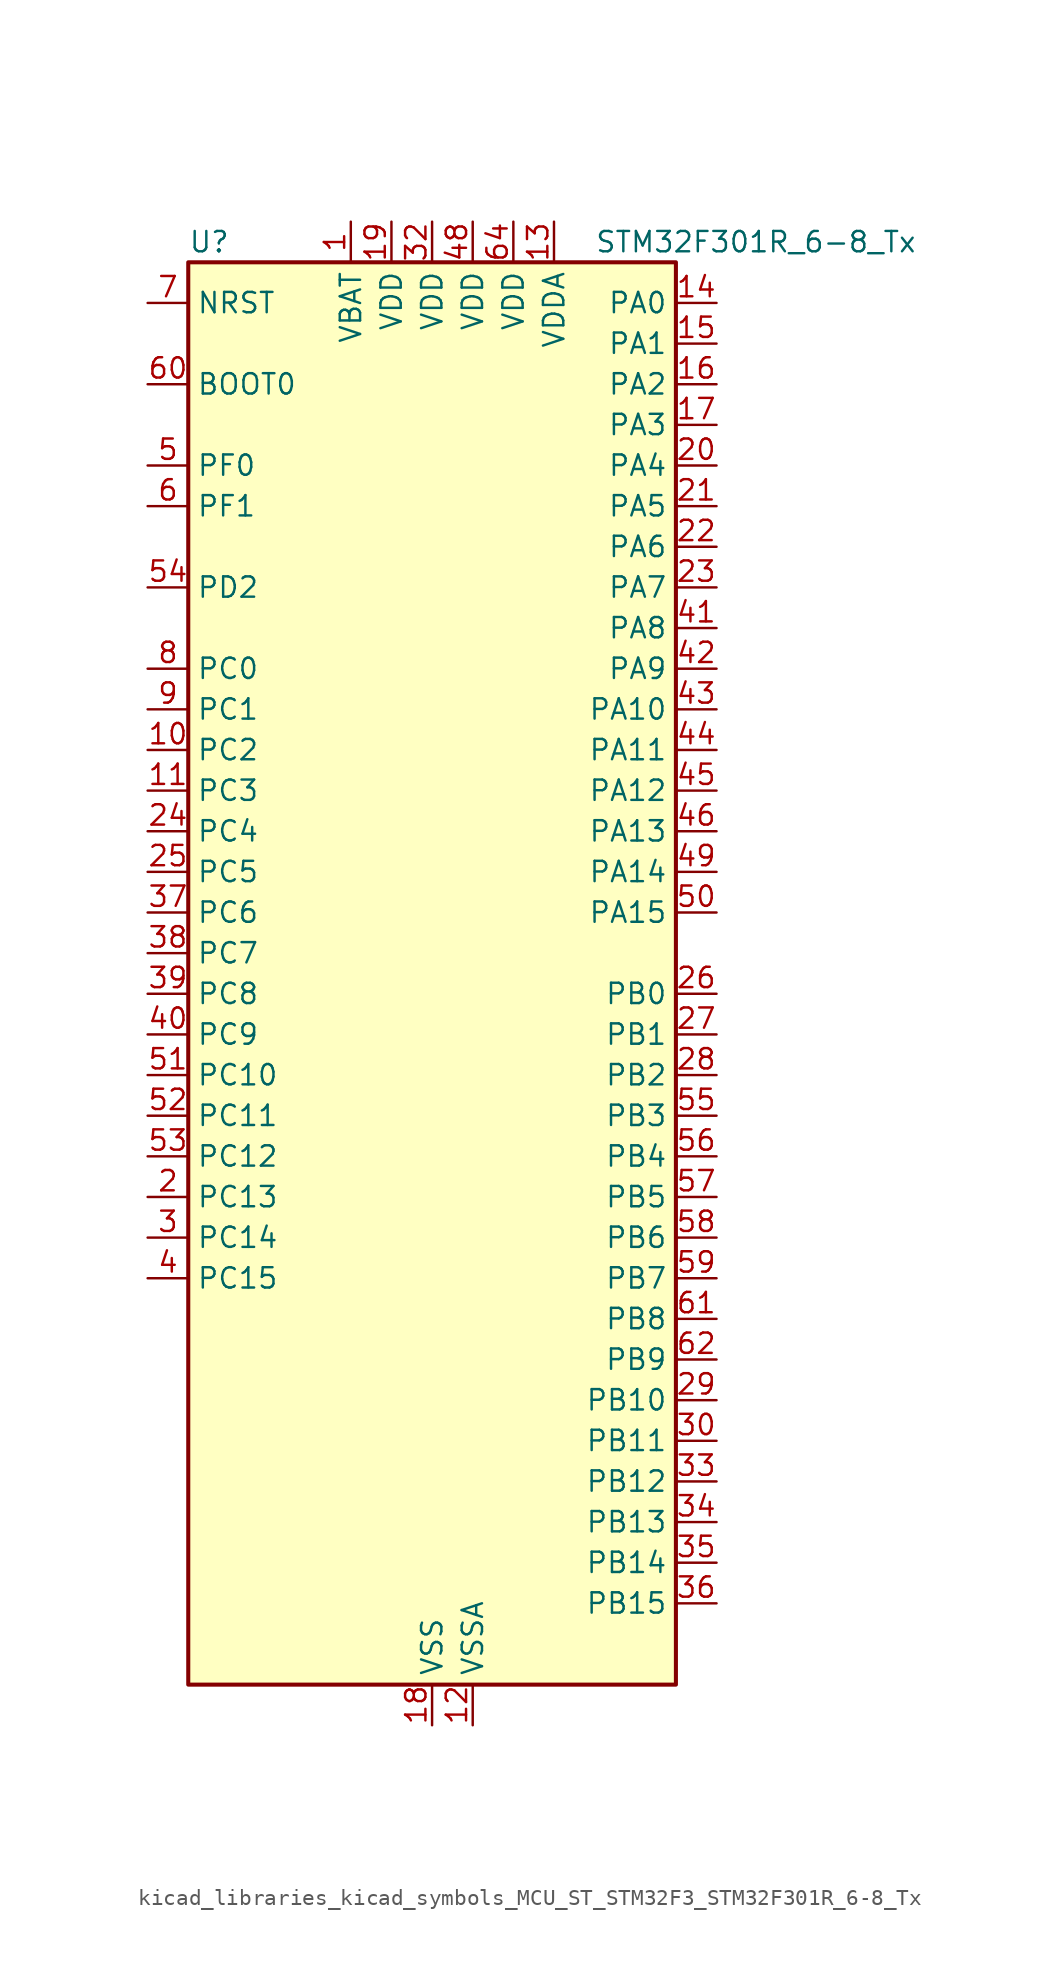
<source format=kicad_sym>
(kicad_symbol_lib
  (version 20220914)
  (generator kicad_symbol_editor)
  (symbol "kicad_libraries_kicad_symbols_MCU_ST_STM32F3_STM32F301R_6-8_Tx"
    (property "Reference" "U"
      (at -15.24 46.99 0)
      (effects (font (size 1.27 1.27)) (justify left)))
    (property "Value" "STM32F301R_6-8_Tx"
      (at 10.16 46.99 0)
      (effects (font (size 1.27 1.27)) (justify left)))
    (property "ki_locked" ""
      (at 0 0 0)
      (effects (font (size 1.27 1.27))))
    (symbol "kicad_libraries_kicad_symbols_MCU_ST_STM32F3_STM32F301R_6-8_Tx_0_1"
      (rectangle (start -15.24 -43.18) (end 15.24 45.72) (stroke (width 0.254) (type default)) (fill (type background))))
    (symbol "kicad_libraries_kicad_symbols_MCU_ST_STM32F3_STM32F301R_6-8_Tx_1_1"
      (pin power_in line (at -5.08 48.26 270) (length 2.54) (name "VBAT" (effects (font (size 1.27 1.27)))) (number "1" (effects (font (size 1.27 1.27)))))
      (pin bidirectional line (at -17.78 15.24 0) (length 2.54) (name "PC2" (effects (font (size 1.27 1.27)))) (number "10" (effects (font (size 1.27 1.27)))) (alternate "ADC1_IN8" bidirectional line) (alternate "TIM1_CH3" bidirectional line))
      (pin bidirectional line (at -17.78 12.7 0) (length 2.54) (name "PC3" (effects (font (size 1.27 1.27)))) (number "11" (effects (font (size 1.27 1.27)))) (alternate "ADC1_IN9" bidirectional line) (alternate "TIM1_BKIN2" bidirectional line) (alternate "TIM1_CH4" bidirectional line))
      (pin power_in line (at 2.54 -45.72 90) (length 2.54) (name "VSSA" (effects (font (size 1.27 1.27)))) (number "12" (effects (font (size 1.27 1.27)))))
      (pin power_in line (at 7.62 48.26 270) (length 2.54) (name "VDDA" (effects (font (size 1.27 1.27)))) (number "13" (effects (font (size 1.27 1.27)))))
      (pin bidirectional line (at 17.78 43.18 180) (length 2.54) (name "PA0" (effects (font (size 1.27 1.27)))) (number "14" (effects (font (size 1.27 1.27)))) (alternate "ADC1_IN1" bidirectional line) (alternate "RTC_TAMP2" bidirectional line) (alternate "SYS_WKUP1" bidirectional line) (alternate "TIM2_CH1" bidirectional line) (alternate "TIM2_ETR" bidirectional line) (alternate "TSC_G1_IO1" bidirectional line) (alternate "USART2_CTS" bidirectional line))
      (pin bidirectional line (at 17.78 40.64 180) (length 2.54) (name "PA1" (effects (font (size 1.27 1.27)))) (number "15" (effects (font (size 1.27 1.27)))) (alternate "ADC1_IN2" bidirectional line) (alternate "RTC_REFIN" bidirectional line) (alternate "TIM15_CH1N" bidirectional line) (alternate "TIM2_CH2" bidirectional line) (alternate "TSC_G1_IO2" bidirectional line) (alternate "USART2_DE" bidirectional line) (alternate "USART2_RTS" bidirectional line))
      (pin bidirectional line (at 17.78 38.1 180) (length 2.54) (name "PA2" (effects (font (size 1.27 1.27)))) (number "16" (effects (font (size 1.27 1.27)))) (alternate "ADC1_IN3" bidirectional line) (alternate "COMP2_INM" bidirectional line) (alternate "COMP2_OUT" bidirectional line) (alternate "TIM15_CH1" bidirectional line) (alternate "TIM2_CH3" bidirectional line) (alternate "TSC_G1_IO3" bidirectional line) (alternate "USART2_TX" bidirectional line))
      (pin bidirectional line (at 17.78 35.56 180) (length 2.54) (name "PA3" (effects (font (size 1.27 1.27)))) (number "17" (effects (font (size 1.27 1.27)))) (alternate "ADC1_IN4" bidirectional line) (alternate "TIM15_CH2" bidirectional line) (alternate "TIM2_CH4" bidirectional line) (alternate "TSC_G1_IO4" bidirectional line) (alternate "USART2_RX" bidirectional line))
      (pin power_in line (at 0 -45.72 90) (length 2.54) (name "VSS" (effects (font (size 1.27 1.27)))) (number "18" (effects (font (size 1.27 1.27)))))
      (pin power_in line (at -2.54 48.26 270) (length 2.54) (name "VDD" (effects (font (size 1.27 1.27)))) (number "19" (effects (font (size 1.27 1.27)))))
      (pin bidirectional line (at -17.78 -12.7 0) (length 2.54) (name "PC13" (effects (font (size 1.27 1.27)))) (number "2" (effects (font (size 1.27 1.27)))) (alternate "RTC_OUT_ALARM" bidirectional line) (alternate "RTC_OUT_CALIB" bidirectional line) (alternate "RTC_TAMP1" bidirectional line) (alternate "RTC_TS" bidirectional line) (alternate "SYS_WKUP2" bidirectional line) (alternate "TIM1_CH1N" bidirectional line))
      (pin bidirectional line (at 17.78 33.02 180) (length 2.54) (name "PA4" (effects (font (size 1.27 1.27)))) (number "20" (effects (font (size 1.27 1.27)))) (alternate "ADC1_IN5" bidirectional line) (alternate "COMP2_INM" bidirectional line) (alternate "COMP4_INM" bidirectional line) (alternate "COMP6_INM" bidirectional line) (alternate "DAC_OUT1" bidirectional line) (alternate "I2S3_WS" bidirectional line) (alternate "SPI3_NSS" bidirectional line) (alternate "TSC_G2_IO1" bidirectional line) (alternate "USART2_CK" bidirectional line))
      (pin bidirectional line (at 17.78 30.48 180) (length 2.54) (name "PA5" (effects (font (size 1.27 1.27)))) (number "21" (effects (font (size 1.27 1.27)))) (alternate "OPAMP2_VINM" bidirectional line) (alternate "OPAMP2_VINM_SEC" bidirectional line) (alternate "TIM2_CH1" bidirectional line) (alternate "TIM2_ETR" bidirectional line) (alternate "TSC_G2_IO2" bidirectional line))
      (pin bidirectional line (at 17.78 27.94 180) (length 2.54) (name "PA6" (effects (font (size 1.27 1.27)))) (number "22" (effects (font (size 1.27 1.27)))) (alternate "ADC1_IN10" bidirectional line) (alternate "OPAMP2_VOUT" bidirectional line) (alternate "TIM16_CH1" bidirectional line) (alternate "TIM1_BKIN" bidirectional line) (alternate "TSC_G2_IO3" bidirectional line))
      (pin bidirectional line (at 17.78 25.4 180) (length 2.54) (name "PA7" (effects (font (size 1.27 1.27)))) (number "23" (effects (font (size 1.27 1.27)))) (alternate "ADC1_IN15" bidirectional line) (alternate "COMP2_INP" bidirectional line) (alternate "OPAMP2_VINP" bidirectional line) (alternate "OPAMP2_VINP_SEC" bidirectional line) (alternate "TIM17_CH1" bidirectional line) (alternate "TIM1_CH1N" bidirectional line) (alternate "TSC_G2_IO4" bidirectional line))
      (pin bidirectional line (at -17.78 10.16 0) (length 2.54) (name "PC4" (effects (font (size 1.27 1.27)))) (number "24" (effects (font (size 1.27 1.27)))) (alternate "TIM1_ETR" bidirectional line) (alternate "USART1_TX" bidirectional line))
      (pin bidirectional line (at -17.78 7.62 0) (length 2.54) (name "PC5" (effects (font (size 1.27 1.27)))) (number "25" (effects (font (size 1.27 1.27)))) (alternate "OPAMP2_VINM" bidirectional line) (alternate "OPAMP2_VINM_SEC" bidirectional line) (alternate "TIM15_BKIN" bidirectional line) (alternate "TSC_G3_IO1" bidirectional line) (alternate "USART1_RX" bidirectional line))
      (pin bidirectional line (at 17.78 0 180) (length 2.54) (name "PB0" (effects (font (size 1.27 1.27)))) (number "26" (effects (font (size 1.27 1.27)))) (alternate "ADC1_IN11" bidirectional line) (alternate "COMP4_INP" bidirectional line) (alternate "OPAMP2_VINP" bidirectional line) (alternate "OPAMP2_VINP_SEC" bidirectional line) (alternate "TIM1_CH2N" bidirectional line) (alternate "TSC_G3_IO2" bidirectional line))
      (pin bidirectional line (at 17.78 -2.54 180) (length 2.54) (name "PB1" (effects (font (size 1.27 1.27)))) (number "27" (effects (font (size 1.27 1.27)))) (alternate "ADC1_IN12" bidirectional line) (alternate "COMP4_OUT" bidirectional line) (alternate "TIM1_CH3N" bidirectional line) (alternate "TSC_G3_IO3" bidirectional line))
      (pin bidirectional line (at 17.78 -5.08 180) (length 2.54) (name "PB2" (effects (font (size 1.27 1.27)))) (number "28" (effects (font (size 1.27 1.27)))) (alternate "COMP4_INM" bidirectional line) (alternate "TSC_G3_IO4" bidirectional line))
      (pin bidirectional line (at 17.78 -25.4 180) (length 2.54) (name "PB10" (effects (font (size 1.27 1.27)))) (number "29" (effects (font (size 1.27 1.27)))) (alternate "TIM2_CH3" bidirectional line) (alternate "TSC_SYNC" bidirectional line) (alternate "USART3_TX" bidirectional line))
      (pin bidirectional line (at -17.78 -15.24 0) (length 2.54) (name "PC14" (effects (font (size 1.27 1.27)))) (number "3" (effects (font (size 1.27 1.27)))) (alternate "RCC_OSC32_IN" bidirectional line))
      (pin bidirectional line (at 17.78 -27.94 180) (length 2.54) (name "PB11" (effects (font (size 1.27 1.27)))) (number "30" (effects (font (size 1.27 1.27)))) (alternate "ADC1_EXTI11" bidirectional line) (alternate "ADC1_IN14" bidirectional line) (alternate "COMP6_INP" bidirectional line) (alternate "TIM2_CH4" bidirectional line) (alternate "TSC_G6_IO1" bidirectional line) (alternate "USART3_RX" bidirectional line))
      (pin passive line (at 0 -45.72 90) (length 2.54) hide (name "VSS" (effects (font (size 1.27 1.27)))) (number "31" (effects (font (size 1.27 1.27)))))
      (pin power_in line (at 0 48.26 270) (length 2.54) (name "VDD" (effects (font (size 1.27 1.27)))) (number "32" (effects (font (size 1.27 1.27)))))
      (pin bidirectional line (at 17.78 -30.48 180) (length 2.54) (name "PB12" (effects (font (size 1.27 1.27)))) (number "33" (effects (font (size 1.27 1.27)))) (alternate "I2C2_SMBA" bidirectional line) (alternate "I2S2_WS" bidirectional line) (alternate "SPI2_NSS" bidirectional line) (alternate "TIM1_BKIN" bidirectional line) (alternate "TSC_G6_IO2" bidirectional line) (alternate "USART3_CK" bidirectional line))
      (pin bidirectional line (at 17.78 -33.02 180) (length 2.54) (name "PB13" (effects (font (size 1.27 1.27)))) (number "34" (effects (font (size 1.27 1.27)))) (alternate "ADC1_IN13" bidirectional line) (alternate "I2S2_CK" bidirectional line) (alternate "SPI2_SCK" bidirectional line) (alternate "TIM1_CH1N" bidirectional line) (alternate "TSC_G6_IO3" bidirectional line) (alternate "USART3_CTS" bidirectional line))
      (pin bidirectional line (at 17.78 -35.56 180) (length 2.54) (name "PB14" (effects (font (size 1.27 1.27)))) (number "35" (effects (font (size 1.27 1.27)))) (alternate "I2S2_ext_SD" bidirectional line) (alternate "OPAMP2_VINP" bidirectional line) (alternate "OPAMP2_VINP_SEC" bidirectional line) (alternate "SPI2_MISO" bidirectional line) (alternate "TIM15_CH1" bidirectional line) (alternate "TIM1_CH2N" bidirectional line) (alternate "TSC_G6_IO4" bidirectional line) (alternate "USART3_DE" bidirectional line) (alternate "USART3_RTS" bidirectional line))
      (pin bidirectional line (at 17.78 -38.1 180) (length 2.54) (name "PB15" (effects (font (size 1.27 1.27)))) (number "36" (effects (font (size 1.27 1.27)))) (alternate "ADC1_EXTI15" bidirectional line) (alternate "COMP6_INM" bidirectional line) (alternate "I2S2_SD" bidirectional line) (alternate "RTC_REFIN" bidirectional line) (alternate "SPI2_MOSI" bidirectional line) (alternate "TIM15_CH1N" bidirectional line) (alternate "TIM15_CH2" bidirectional line) (alternate "TIM1_CH3N" bidirectional line))
      (pin bidirectional line (at -17.78 5.08 0) (length 2.54) (name "PC6" (effects (font (size 1.27 1.27)))) (number "37" (effects (font (size 1.27 1.27)))) (alternate "COMP6_OUT" bidirectional line) (alternate "I2S2_MCK" bidirectional line))
      (pin bidirectional line (at -17.78 2.54 0) (length 2.54) (name "PC7" (effects (font (size 1.27 1.27)))) (number "38" (effects (font (size 1.27 1.27)))) (alternate "I2S3_MCK" bidirectional line))
      (pin bidirectional line (at -17.78 0 0) (length 2.54) (name "PC8" (effects (font (size 1.27 1.27)))) (number "39" (effects (font (size 1.27 1.27)))))
      (pin bidirectional line (at -17.78 -17.78 0) (length 2.54) (name "PC15" (effects (font (size 1.27 1.27)))) (number "4" (effects (font (size 1.27 1.27)))) (alternate "ADC1_EXTI15" bidirectional line) (alternate "RCC_OSC32_OUT" bidirectional line))
      (pin bidirectional line (at -17.78 -2.54 0) (length 2.54) (name "PC9" (effects (font (size 1.27 1.27)))) (number "40" (effects (font (size 1.27 1.27)))) (alternate "DAC_EXTI9" bidirectional line) (alternate "I2C3_SDA" bidirectional line) (alternate "I2S_CKIN" bidirectional line))
      (pin bidirectional line (at 17.78 22.86 180) (length 2.54) (name "PA8" (effects (font (size 1.27 1.27)))) (number "41" (effects (font (size 1.27 1.27)))) (alternate "I2C2_SMBA" bidirectional line) (alternate "I2C3_SCL" bidirectional line) (alternate "I2S2_MCK" bidirectional line) (alternate "RCC_MCO" bidirectional line) (alternate "TIM1_CH1" bidirectional line) (alternate "USART1_CK" bidirectional line))
      (pin bidirectional line (at 17.78 20.32 180) (length 2.54) (name "PA9" (effects (font (size 1.27 1.27)))) (number "42" (effects (font (size 1.27 1.27)))) (alternate "DAC_EXTI9" bidirectional line) (alternate "I2C2_SCL" bidirectional line) (alternate "I2C3_SMBA" bidirectional line) (alternate "I2S3_MCK" bidirectional line) (alternate "TIM15_BKIN" bidirectional line) (alternate "TIM1_CH2" bidirectional line) (alternate "TIM2_CH3" bidirectional line) (alternate "TSC_G4_IO1" bidirectional line) (alternate "USART1_TX" bidirectional line))
      (pin bidirectional line (at 17.78 17.78 180) (length 2.54) (name "PA10" (effects (font (size 1.27 1.27)))) (number "43" (effects (font (size 1.27 1.27)))) (alternate "COMP6_OUT" bidirectional line) (alternate "I2C2_SDA" bidirectional line) (alternate "I2S2_ext_SD" bidirectional line) (alternate "SPI2_MISO" bidirectional line) (alternate "TIM17_BKIN" bidirectional line) (alternate "TIM1_CH3" bidirectional line) (alternate "TIM2_CH4" bidirectional line) (alternate "TSC_G4_IO2" bidirectional line) (alternate "USART1_RX" bidirectional line))
      (pin bidirectional line (at 17.78 15.24 180) (length 2.54) (name "PA11" (effects (font (size 1.27 1.27)))) (number "44" (effects (font (size 1.27 1.27)))) (alternate "ADC1_EXTI11" bidirectional line) (alternate "I2S2_SD" bidirectional line) (alternate "SPI2_MOSI" bidirectional line) (alternate "TIM1_BKIN2" bidirectional line) (alternate "TIM1_CH1N" bidirectional line) (alternate "TIM1_CH4" bidirectional line) (alternate "USART1_CTS" bidirectional line))
      (pin bidirectional line (at 17.78 12.7 180) (length 2.54) (name "PA12" (effects (font (size 1.27 1.27)))) (number "45" (effects (font (size 1.27 1.27)))) (alternate "COMP2_OUT" bidirectional line) (alternate "I2S_CKIN" bidirectional line) (alternate "TIM16_CH1" bidirectional line) (alternate "TIM1_CH2N" bidirectional line) (alternate "TIM1_ETR" bidirectional line) (alternate "USART1_DE" bidirectional line) (alternate "USART1_RTS" bidirectional line))
      (pin bidirectional line (at 17.78 10.16 180) (length 2.54) (name "PA13" (effects (font (size 1.27 1.27)))) (number "46" (effects (font (size 1.27 1.27)))) (alternate "IR_OUT" bidirectional line) (alternate "SYS_JTMS-SWDIO" bidirectional line) (alternate "TIM16_CH1N" bidirectional line) (alternate "TSC_G4_IO3" bidirectional line) (alternate "USART3_CTS" bidirectional line))
      (pin passive line (at 0 -45.72 90) (length 2.54) hide (name "VSS" (effects (font (size 1.27 1.27)))) (number "47" (effects (font (size 1.27 1.27)))))
      (pin power_in line (at 2.54 48.26 270) (length 2.54) (name "VDD" (effects (font (size 1.27 1.27)))) (number "48" (effects (font (size 1.27 1.27)))))
      (pin bidirectional line (at 17.78 7.62 180) (length 2.54) (name "PA14" (effects (font (size 1.27 1.27)))) (number "49" (effects (font (size 1.27 1.27)))) (alternate "I2C1_SDA" bidirectional line) (alternate "SYS_JTCK-SWCLK" bidirectional line) (alternate "TIM1_BKIN" bidirectional line) (alternate "TSC_G4_IO4" bidirectional line) (alternate "USART2_TX" bidirectional line))
      (pin bidirectional line (at -17.78 33.02 0) (length 2.54) (name "PF0" (effects (font (size 1.27 1.27)))) (number "5" (effects (font (size 1.27 1.27)))) (alternate "I2C2_SDA" bidirectional line) (alternate "I2S2_WS" bidirectional line) (alternate "RCC_OSC_IN" bidirectional line) (alternate "SPI2_NSS" bidirectional line) (alternate "TIM1_CH3N" bidirectional line))
      (pin bidirectional line (at 17.78 5.08 180) (length 2.54) (name "PA15" (effects (font (size 1.27 1.27)))) (number "50" (effects (font (size 1.27 1.27)))) (alternate "ADC1_EXTI15" bidirectional line) (alternate "I2C1_SCL" bidirectional line) (alternate "I2S3_WS" bidirectional line) (alternate "SPI3_NSS" bidirectional line) (alternate "SYS_JTDI" bidirectional line) (alternate "TIM1_BKIN" bidirectional line) (alternate "TIM2_CH1" bidirectional line) (alternate "TIM2_ETR" bidirectional line) (alternate "TSC_SYNC" bidirectional line) (alternate "USART2_RX" bidirectional line))
      (pin bidirectional line (at -17.78 -5.08 0) (length 2.54) (name "PC10" (effects (font (size 1.27 1.27)))) (number "51" (effects (font (size 1.27 1.27)))) (alternate "I2S3_CK" bidirectional line) (alternate "SPI3_SCK" bidirectional line) (alternate "USART3_TX" bidirectional line))
      (pin bidirectional line (at -17.78 -7.62 0) (length 2.54) (name "PC11" (effects (font (size 1.27 1.27)))) (number "52" (effects (font (size 1.27 1.27)))) (alternate "ADC1_EXTI11" bidirectional line) (alternate "I2S3_ext_SD" bidirectional line) (alternate "SPI3_MISO" bidirectional line) (alternate "USART3_RX" bidirectional line))
      (pin bidirectional line (at -17.78 -10.16 0) (length 2.54) (name "PC12" (effects (font (size 1.27 1.27)))) (number "53" (effects (font (size 1.27 1.27)))) (alternate "I2S3_SD" bidirectional line) (alternate "SPI3_MOSI" bidirectional line) (alternate "USART3_CK" bidirectional line))
      (pin bidirectional line (at -17.78 25.4 0) (length 2.54) (name "PD2" (effects (font (size 1.27 1.27)))) (number "54" (effects (font (size 1.27 1.27)))))
      (pin bidirectional line (at 17.78 -7.62 180) (length 2.54) (name "PB3" (effects (font (size 1.27 1.27)))) (number "55" (effects (font (size 1.27 1.27)))) (alternate "I2S3_CK" bidirectional line) (alternate "SPI3_SCK" bidirectional line) (alternate "SYS_JTDO-TRACESWO" bidirectional line) (alternate "TIM2_CH2" bidirectional line) (alternate "TSC_G5_IO1" bidirectional line) (alternate "USART2_TX" bidirectional line))
      (pin bidirectional line (at 17.78 -10.16 180) (length 2.54) (name "PB4" (effects (font (size 1.27 1.27)))) (number "56" (effects (font (size 1.27 1.27)))) (alternate "I2S3_ext_SD" bidirectional line) (alternate "SPI3_MISO" bidirectional line) (alternate "SYS_NJTRST" bidirectional line) (alternate "TIM16_CH1" bidirectional line) (alternate "TIM17_BKIN" bidirectional line) (alternate "TSC_G5_IO2" bidirectional line) (alternate "USART2_RX" bidirectional line))
      (pin bidirectional line (at 17.78 -12.7 180) (length 2.54) (name "PB5" (effects (font (size 1.27 1.27)))) (number "57" (effects (font (size 1.27 1.27)))) (alternate "I2C1_SMBA" bidirectional line) (alternate "I2C3_SDA" bidirectional line) (alternate "I2S3_SD" bidirectional line) (alternate "SPI3_MOSI" bidirectional line) (alternate "TIM16_BKIN" bidirectional line) (alternate "TIM17_CH1" bidirectional line) (alternate "USART2_CK" bidirectional line))
      (pin bidirectional line (at 17.78 -15.24 180) (length 2.54) (name "PB6" (effects (font (size 1.27 1.27)))) (number "58" (effects (font (size 1.27 1.27)))) (alternate "I2C1_SCL" bidirectional line) (alternate "TIM16_CH1N" bidirectional line) (alternate "TSC_G5_IO3" bidirectional line) (alternate "USART1_TX" bidirectional line))
      (pin bidirectional line (at 17.78 -17.78 180) (length 2.54) (name "PB7" (effects (font (size 1.27 1.27)))) (number "59" (effects (font (size 1.27 1.27)))) (alternate "I2C1_SDA" bidirectional line) (alternate "TIM17_CH1N" bidirectional line) (alternate "TSC_G5_IO4" bidirectional line) (alternate "USART1_RX" bidirectional line))
      (pin bidirectional line (at -17.78 30.48 0) (length 2.54) (name "PF1" (effects (font (size 1.27 1.27)))) (number "6" (effects (font (size 1.27 1.27)))) (alternate "I2C2_SCL" bidirectional line) (alternate "I2S2_CK" bidirectional line) (alternate "RCC_OSC_OUT" bidirectional line) (alternate "SPI2_SCK" bidirectional line))
      (pin input line (at -17.78 38.1 0) (length 2.54) (name "BOOT0" (effects (font (size 1.27 1.27)))) (number "60" (effects (font (size 1.27 1.27)))))
      (pin bidirectional line (at 17.78 -20.32 180) (length 2.54) (name "PB8" (effects (font (size 1.27 1.27)))) (number "61" (effects (font (size 1.27 1.27)))) (alternate "I2C1_SCL" bidirectional line) (alternate "TIM16_CH1" bidirectional line) (alternate "TIM1_BKIN" bidirectional line) (alternate "TSC_SYNC" bidirectional line) (alternate "USART3_RX" bidirectional line))
      (pin bidirectional line (at 17.78 -22.86 180) (length 2.54) (name "PB9" (effects (font (size 1.27 1.27)))) (number "62" (effects (font (size 1.27 1.27)))) (alternate "COMP2_OUT" bidirectional line) (alternate "DAC_EXTI9" bidirectional line) (alternate "I2C1_SDA" bidirectional line) (alternate "IR_OUT" bidirectional line) (alternate "TIM17_CH1" bidirectional line) (alternate "USART3_TX" bidirectional line))
      (pin passive line (at 0 -45.72 90) (length 2.54) hide (name "VSS" (effects (font (size 1.27 1.27)))) (number "63" (effects (font (size 1.27 1.27)))))
      (pin power_in line (at 5.08 48.26 270) (length 2.54) (name "VDD" (effects (font (size 1.27 1.27)))) (number "64" (effects (font (size 1.27 1.27)))))
      (pin input line (at -17.78 43.18 0) (length 2.54) (name "NRST" (effects (font (size 1.27 1.27)))) (number "7" (effects (font (size 1.27 1.27)))))
      (pin bidirectional line (at -17.78 20.32 0) (length 2.54) (name "PC0" (effects (font (size 1.27 1.27)))) (number "8" (effects (font (size 1.27 1.27)))) (alternate "ADC1_IN6" bidirectional line) (alternate "TIM1_CH1" bidirectional line))
      (pin bidirectional line (at -17.78 17.78 0) (length 2.54) (name "PC1" (effects (font (size 1.27 1.27)))) (number "9" (effects (font (size 1.27 1.27)))) (alternate "ADC1_IN7" bidirectional line) (alternate "TIM1_CH2" bidirectional line)))))
</source>
